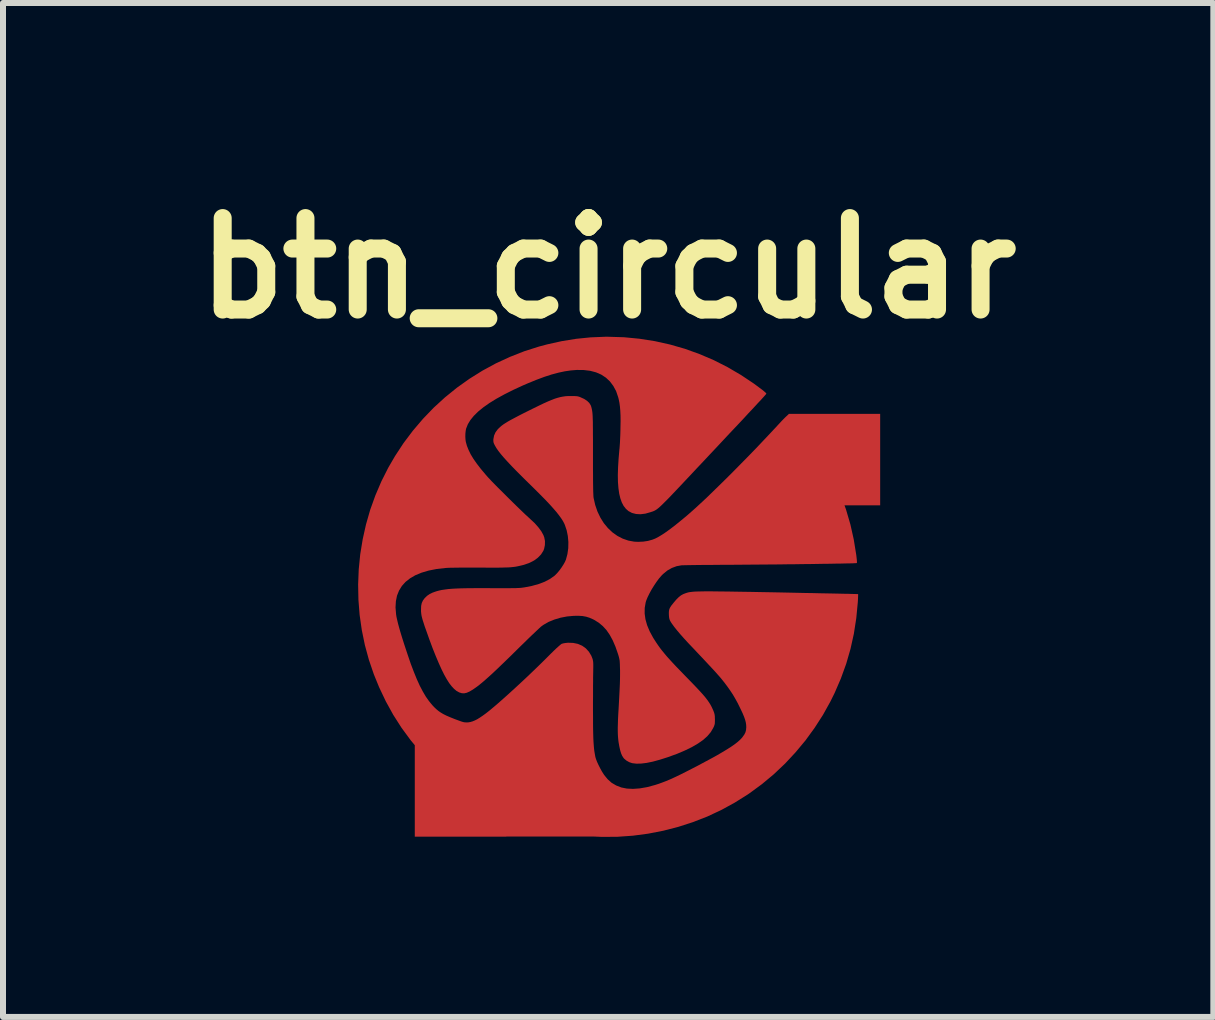
<source format=kicad_pcb>
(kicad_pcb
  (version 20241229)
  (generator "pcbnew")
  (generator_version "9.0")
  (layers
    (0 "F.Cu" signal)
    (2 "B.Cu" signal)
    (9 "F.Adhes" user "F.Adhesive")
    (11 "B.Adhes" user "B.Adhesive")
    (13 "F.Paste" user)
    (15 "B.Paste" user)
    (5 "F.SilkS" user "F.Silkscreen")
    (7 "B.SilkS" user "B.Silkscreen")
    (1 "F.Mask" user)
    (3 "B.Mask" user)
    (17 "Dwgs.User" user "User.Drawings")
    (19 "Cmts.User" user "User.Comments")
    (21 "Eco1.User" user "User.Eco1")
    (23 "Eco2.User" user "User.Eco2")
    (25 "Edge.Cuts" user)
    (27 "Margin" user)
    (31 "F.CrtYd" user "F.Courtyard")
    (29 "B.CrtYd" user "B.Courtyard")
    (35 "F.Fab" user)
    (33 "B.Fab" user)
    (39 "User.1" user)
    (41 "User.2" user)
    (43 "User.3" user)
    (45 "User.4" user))
  (footprint "btn_circular"
    (layer "F.Cu")
    (at 7.083 6.728)
    (property "Reference" "btn_circular" (at 0 -5.31 0) (layer "F.SilkS") (effects (font (size 1.524 1.524) (thickness 0.3))))
    (attr exclude_from_pos_files exclude_from_bom)
    (pad "1" smd custom (at 3.77 -2.12) (size 1.524 1.524) (layers "F.Cu" "F.Mask") (options (anchor rect)) (primitives (gr_poly (pts (xy -4.345 -1.054) (xy -4.31 -1.053) (xy -4.283 -1.05) (xy -4.262 -1.045) (xy -4.24 -1.038) (xy -4.237 -1.036) (xy -4.173 -1.007) (xy -4.124 -0.975) (xy -4.088 -0.94) (xy -4.064 -0.901) (xy -4.056 -0.877) (xy -4.051 -0.858) (xy -4.047 -0.839) (xy -4.043 -0.82) (xy -4.04 -0.8) (xy -4.037 -0.776) (xy -4.035 -0.748) (xy -4.033 -0.715) (xy -4.032 -0.676) (xy -4.03 -0.628) (xy -4.03 -0.572) (xy -4.029 -0.505) (xy -4.029 -0.428) (xy -4.028 -0.337) (xy -4.028 -0.233) (xy -4.028 -0.114) (xy -4.028 -0.088) (xy -4.028 0.043) (xy -4.028 0.159) (xy -4.027 0.261) (xy -4.027 0.348) (xy -4.026 0.422) (xy -4.025 0.484) (xy -4.024 0.535) (xy -4.022 0.576) (xy -4.021 0.606) (xy -4.019 0.628) (xy -4.018 0.637) (xy -3.991 0.756) (xy -3.953 0.867) (xy -3.904 0.969) (xy -3.846 1.062) (xy -3.778 1.144) (xy -3.702 1.216) (xy -3.619 1.275) (xy -3.53 1.321) (xy -3.435 1.354) (xy -3.336 1.372) (xy -3.27 1.375) (xy -3.183 1.371) (xy -3.105 1.359) (xy -3.03 1.338) (xy -2.982 1.319) (xy -2.932 1.293) (xy -2.872 1.257) (xy -2.803 1.211) (xy -2.726 1.155) (xy -2.643 1.091) (xy -2.554 1.019) (xy -2.46 0.941) (xy -2.364 0.857) (xy -2.319 0.817) (xy -2.23 0.735) (xy -2.131 0.643) (xy -2.025 0.54) (xy -1.912 0.43) (xy -1.794 0.314) (xy -1.672 0.192) (xy -1.548 0.066) (xy -1.423 -0.061) (xy -1.299 -0.189) (xy -1.178 -0.317) (xy -1.06 -0.442) (xy -0.946 -0.564) (xy -0.943 -0.568) (xy -0.908 -0.605) (xy -0.873 -0.643) (xy -0.841 -0.676) (xy -0.815 -0.702) (xy -0.804 -0.712) (xy -0.759 -0.754) (xy -0.707 -0.697) (xy -0.54 -0.505) (xy -0.385 -0.302) (xy -0.243 -0.09) (xy -0.114 0.131) (xy 0.001 0.359) (xy 0.102 0.595) (xy 0.189 0.835) (xy 0.261 1.081) (xy 0.317 1.331) (xy 0.358 1.584) (xy 0.359 1.592) (xy 0.364 1.635) (xy 0.368 1.672) (xy 0.37 1.7) (xy 0.37 1.716) (xy 0.369 1.719) (xy 0.36 1.72) (xy 0.336 1.721) (xy 0.297 1.723) (xy 0.245 1.724) (xy 0.18 1.725) (xy 0.105 1.727) (xy 0.019 1.728) (xy -0.076 1.73) (xy -0.18 1.731) (xy -0.29 1.733) (xy -0.407 1.735) (xy -0.529 1.736) (xy -0.655 1.738) (xy -0.784 1.739) (xy -0.915 1.741) (xy -1.047 1.742) (xy -1.179 1.743) (xy -1.31 1.744) (xy -1.44 1.745) (xy -1.566 1.746) (xy -1.688 1.747) (xy -1.799 1.748) (xy -1.906 1.748) (xy -2.009 1.749) (xy -2.107 1.75) (xy -2.199 1.75) (xy -2.283 1.751) (xy -2.358 1.752) (xy -2.422 1.753) (xy -2.475 1.754) (xy -2.515 1.755) (xy -2.541 1.755) (xy -2.549 1.756) (xy -2.631 1.771) (xy -2.712 1.801) (xy -2.789 1.845) (xy -2.859 1.903) (xy -2.883 1.927) (xy -2.925 1.975) (xy -2.968 2.033) (xy -3.01 2.096) (xy -3.051 2.162) (xy -3.087 2.228) (xy -3.117 2.289) (xy -3.14 2.345) (xy -3.15 2.378) (xy -3.166 2.47) (xy -3.167 2.564) (xy -3.154 2.66) (xy -3.126 2.76) (xy -3.083 2.863) (xy -3.025 2.97) (xy -2.97 3.056) (xy -2.939 3.101) (xy -2.908 3.144) (xy -2.874 3.188) (xy -2.837 3.233) (xy -2.796 3.282) (xy -2.749 3.334) (xy -2.696 3.392) (xy -2.635 3.457) (xy -2.564 3.53) (xy -2.484 3.613) (xy -2.442 3.656) (xy -2.365 3.735) (xy -2.3 3.803) (xy -2.244 3.863) (xy -2.196 3.916) (xy -2.156 3.963) (xy -2.123 4.006) (xy -2.095 4.046) (xy -2.071 4.084) (xy -2.051 4.121) (xy -2.033 4.16) (xy -2.02 4.189) (xy -2.009 4.219) (xy -2.002 4.246) (xy -1.998 4.274) (xy -1.997 4.311) (xy -1.996 4.328) (xy -1.997 4.367) (xy -1.998 4.395) (xy -2.003 4.418) (xy -2.011 4.441) (xy -2.025 4.47) (xy -2.026 4.472) (xy -2.066 4.539) (xy -2.12 4.603) (xy -2.19 4.666) (xy -2.276 4.726) (xy -2.377 4.785) (xy -2.494 4.842) (xy -2.626 4.898) (xy -2.775 4.952) (xy -2.787 4.956) (xy -2.913 4.996) (xy -3.027 5.027) (xy -3.129 5.048) (xy -3.219 5.059) (xy -3.298 5.061) (xy -3.366 5.053) (xy -3.367 5.053) (xy -3.415 5.037) (xy -3.462 5.011) (xy -3.501 4.978) (xy -3.513 4.963) (xy -3.533 4.931) (xy -3.55 4.892) (xy -3.565 4.842) (xy -3.579 4.779) (xy -3.59 4.717) (xy -3.595 4.681) (xy -3.599 4.644) (xy -3.602 4.605) (xy -3.604 4.563) (xy -3.605 4.516) (xy -3.605 4.462) (xy -3.603 4.4) (xy -3.601 4.328) (xy -3.597 4.244) (xy -3.591 4.148) (xy -3.585 4.038) (xy -3.579 3.924) (xy -3.574 3.825) (xy -3.57 3.738) (xy -3.568 3.661) (xy -3.567 3.592) (xy -3.567 3.53) (xy -3.567 3.509) (xy -3.569 3.451) (xy -3.57 3.407) (xy -3.572 3.372) (xy -3.574 3.345) (xy -3.579 3.32) (xy -3.584 3.296) (xy -3.592 3.268) (xy -3.601 3.238) (xy -3.643 3.117) (xy -3.689 3.01) (xy -3.739 2.918) (xy -3.794 2.838) (xy -3.855 2.771) (xy -3.923 2.714) (xy -3.999 2.667) (xy -4.02 2.656) (xy -4.079 2.63) (xy -4.137 2.612) (xy -4.198 2.601) (xy -4.265 2.597) (xy -4.343 2.598) (xy -4.455 2.608) (xy -4.564 2.629) (xy -4.668 2.66) (xy -4.764 2.699) (xy -4.848 2.747) (xy -4.882 2.771) (xy -4.897 2.783) (xy -4.923 2.807) (xy -4.957 2.839) (xy -5 2.88) (xy -5.05 2.927) (xy -5.105 2.98) (xy -5.164 3.038) (xy -5.227 3.099) (xy -5.284 3.155) (xy -5.388 3.258) (xy -5.482 3.349) (xy -5.566 3.43) (xy -5.641 3.502) (xy -5.708 3.565) (xy -5.769 3.62) (xy -5.823 3.668) (xy -5.872 3.71) (xy -5.916 3.746) (xy -5.956 3.777) (xy -5.994 3.804) (xy -6.029 3.828) (xy -6.083 3.86) (xy -6.129 3.88) (xy -6.17 3.889) (xy -6.208 3.887) (xy -6.247 3.875) (xy -6.257 3.87) (xy -6.296 3.848) (xy -6.335 3.815) (xy -6.374 3.773) (xy -6.415 3.72) (xy -6.456 3.655) (xy -6.499 3.578) (xy -6.543 3.489) (xy -6.589 3.387) (xy -6.638 3.271) (xy -6.69 3.141) (xy -6.744 2.996) (xy -6.796 2.849) (xy -6.822 2.777) (xy -6.841 2.717) (xy -6.857 2.668) (xy -6.868 2.627) (xy -6.876 2.592) (xy -6.88 2.56) (xy -6.883 2.529) (xy -6.883 2.496) (xy -6.881 2.438) (xy -6.871 2.391) (xy -6.852 2.35) (xy -6.824 2.312) (xy -6.82 2.308) (xy -6.784 2.273) (xy -6.743 2.245) (xy -6.694 2.221) (xy -6.656 2.207) (xy -6.619 2.195) (xy -6.58 2.185) (xy -6.537 2.176) (xy -6.489 2.169) (xy -6.436 2.162) (xy -6.375 2.157) (xy -6.306 2.153) (xy -6.228 2.15) (xy -6.138 2.148) (xy -6.037 2.147) (xy -5.922 2.146) (xy -5.792 2.146) (xy -5.724 2.147) (xy -5.623 2.147) (xy -5.536 2.147) (xy -5.463 2.147) (xy -5.402 2.147) (xy -5.351 2.146) (xy -5.309 2.146) (xy -5.274 2.144) (xy -5.244 2.143) (xy -5.22 2.141) (xy -5.197 2.138) (xy -5.176 2.135) (xy -5.167 2.134) (xy -5.039 2.109) (xy -4.925 2.077) (xy -4.825 2.039) (xy -4.739 1.994) (xy -4.665 1.942) (xy -4.648 1.927) (xy -4.615 1.893) (xy -4.579 1.85) (xy -4.544 1.802) (xy -4.512 1.753) (xy -4.486 1.707) (xy -4.469 1.668) (xy -4.444 1.575) (xy -4.43 1.476) (xy -4.428 1.373) (xy -4.437 1.272) (xy -4.457 1.175) (xy -4.487 1.086) (xy -4.499 1.059) (xy -4.521 1.018) (xy -4.55 0.973) (xy -4.586 0.924) (xy -4.629 0.869) (xy -4.681 0.809) (xy -4.741 0.742) (xy -4.812 0.667) (xy -4.893 0.585) (xy -4.985 0.493) (xy -5.088 0.391) (xy -5.09 0.39) (xy -5.196 0.285) (xy -5.29 0.191) (xy -5.373 0.106) (xy -5.444 0.03) (xy -5.505 -0.037) (xy -5.556 -0.097) (xy -5.597 -0.15) (xy -5.629 -0.196) (xy -5.651 -0.234) (xy -5.667 -0.265) (xy -5.675 -0.287) (xy -5.678 -0.308) (xy -5.678 -0.333) (xy -5.677 -0.343) (xy -5.666 -0.4) (xy -5.643 -0.452) (xy -5.606 -0.502) (xy -5.589 -0.519) (xy -5.567 -0.54) (xy -5.542 -0.561) (xy -5.514 -0.582) (xy -5.48 -0.604) (xy -5.44 -0.629) (xy -5.392 -0.656) (xy -5.334 -0.687) (xy -5.266 -0.723) (xy -5.186 -0.764) (xy -5.114 -0.8) (xy -5.011 -0.851) (xy -4.921 -0.895) (xy -4.842 -0.933) (xy -4.773 -0.964) (xy -4.713 -0.989) (xy -4.659 -1.01) (xy -4.611 -1.025) (xy -4.566 -1.037) (xy -4.524 -1.045) (xy -4.483 -1.051) (xy -4.441 -1.054) (xy -4.397 -1.054) (xy -4.393 -1.054) (xy -4.345 -1.054)) (width 0.01) (fill yes))))
    (pad "2" smd custom (at -2.46 3.4) (size 1.524 1.524) (layers "F.Cu" "F.Mask") (options (anchor rect)) (primitives (gr_poly (pts (xy 2.723 -7.554) (xy 2.982 -7.529) (xy 3.237 -7.489) (xy 3.489 -7.433) (xy 3.736 -7.362) (xy 3.978 -7.275) (xy 4.215 -7.174) (xy 4.446 -7.057) (xy 4.67 -6.926) (xy 4.887 -6.781) (xy 5.023 -6.68) (xy 5.05 -6.658) (xy 5.073 -6.638) (xy 5.087 -6.625) (xy 5.09 -6.62) (xy 5.089 -6.618) (xy 5.085 -6.612) (xy 5.077 -6.603) (xy 5.066 -6.59) (xy 5.051 -6.573) (xy 5.031 -6.551) (xy 5.006 -6.523) (xy 4.975 -6.49) (xy 4.938 -6.451) (xy 4.895 -6.404) (xy 4.846 -6.351) (xy 4.788 -6.29) (xy 4.724 -6.22) (xy 4.651 -6.142) (xy 4.569 -6.055) (xy 4.478 -5.959) (xy 4.378 -5.852) (xy 4.268 -5.734) (xy 4.147 -5.606) (xy 4.034 -5.485) (xy 3.927 -5.372) (xy 3.832 -5.27) (xy 3.746 -5.179) (xy 3.67 -5.098) (xy 3.602 -5.026) (xy 3.542 -4.963) (xy 3.49 -4.908) (xy 3.444 -4.861) (xy 3.404 -4.821) (xy 3.37 -4.787) (xy 3.34 -4.758) (xy 3.315 -4.735) (xy 3.293 -4.716) (xy 3.274 -4.701) (xy 3.257 -4.689) (xy 3.242 -4.68) (xy 3.227 -4.672) (xy 3.213 -4.666) (xy 3.198 -4.66) (xy 3.182 -4.655) (xy 3.164 -4.649) (xy 3.164 -4.649) (xy 3.079 -4.625) (xy 2.999 -4.615) (xy 2.925 -4.619) (xy 2.859 -4.636) (xy 2.801 -4.667) (xy 2.759 -4.704) (xy 2.722 -4.751) (xy 2.692 -4.808) (xy 2.668 -4.875) (xy 2.649 -4.954) (xy 2.636 -5.045) (xy 2.628 -5.148) (xy 2.626 -5.265) (xy 2.63 -5.395) (xy 2.639 -5.539) (xy 2.653 -5.699) (xy 2.654 -5.702) (xy 2.657 -5.744) (xy 2.661 -5.797) (xy 2.664 -5.86) (xy 2.667 -5.928) (xy 2.669 -5.998) (xy 2.67 -6.055) (xy 2.672 -6.161) (xy 2.671 -6.254) (xy 2.667 -6.335) (xy 2.661 -6.406) (xy 2.652 -6.47) (xy 2.64 -6.529) (xy 2.631 -6.563) (xy 2.597 -6.663) (xy 2.55 -6.75) (xy 2.493 -6.826) (xy 2.426 -6.889) (xy 2.347 -6.941) (xy 2.259 -6.979) (xy 2.16 -7.005) (xy 2.051 -7.018) (xy 1.936 -7.019) (xy 1.837 -7.011) (xy 1.735 -6.996) (xy 1.628 -6.973) (xy 1.516 -6.943) (xy 1.396 -6.904) (xy 1.267 -6.856) (xy 1.127 -6.799) (xy 1.043 -6.763) (xy 0.878 -6.687) (xy 0.729 -6.612) (xy 0.596 -6.539) (xy 0.479 -6.467) (xy 0.377 -6.395) (xy 0.29 -6.324) (xy 0.218 -6.253) (xy 0.161 -6.183) (xy 0.118 -6.113) (xy 0.09 -6.042) (xy 0.088 -6.038) (xy 0.081 -6) (xy 0.076 -5.952) (xy 0.075 -5.9) (xy 0.078 -5.852) (xy 0.083 -5.817) (xy 0.102 -5.748) (xy 0.13 -5.678) (xy 0.165 -5.606) (xy 0.211 -5.53) (xy 0.267 -5.45) (xy 0.334 -5.363) (xy 0.413 -5.269) (xy 0.453 -5.223) (xy 0.48 -5.195) (xy 0.516 -5.156) (xy 0.561 -5.11) (xy 0.613 -5.057) (xy 0.671 -5) (xy 0.732 -4.939) (xy 0.795 -4.876) (xy 0.859 -4.813) (xy 0.921 -4.752) (xy 0.981 -4.694) (xy 1.036 -4.641) (xy 1.085 -4.594) (xy 1.127 -4.556) (xy 1.159 -4.526) (xy 1.162 -4.523) (xy 1.234 -4.456) (xy 1.294 -4.388) (xy 1.342 -4.323) (xy 1.376 -4.261) (xy 1.39 -4.224) (xy 1.402 -4.163) (xy 1.401 -4.098) (xy 1.388 -4.036) (xy 1.375 -4.002) (xy 1.338 -3.944) (xy 1.287 -3.891) (xy 1.224 -3.844) (xy 1.15 -3.806) (xy 1.067 -3.776) (xy 1.047 -3.77) (xy 1.01 -3.761) (xy 0.976 -3.753) (xy 0.943 -3.746) (xy 0.911 -3.74) (xy 0.876 -3.736) (xy 0.839 -3.732) (xy 0.796 -3.729) (xy 0.747 -3.728) (xy 0.69 -3.726) (xy 0.623 -3.725) (xy 0.545 -3.725) (xy 0.454 -3.725) (xy 0.349 -3.726) (xy 0.321 -3.726) (xy 0.216 -3.726) (xy 0.118 -3.726) (xy 0.027 -3.726) (xy -0.054 -3.725) (xy -0.124 -3.724) (xy -0.183 -3.723) (xy -0.227 -3.721) (xy -0.256 -3.719) (xy -0.402 -3.702) (xy -0.533 -3.676) (xy -0.651 -3.641) (xy -0.755 -3.598) (xy -0.844 -3.546) (xy -0.92 -3.486) (xy -0.981 -3.418) (xy -1.029 -3.34) (xy -1.063 -3.255) (xy -1.082 -3.161) (xy -1.088 -3.058) (xy -1.079 -2.947) (xy -1.079 -2.944) (xy -1.072 -2.9) (xy -1.061 -2.85) (xy -1.047 -2.791) (xy -1.029 -2.724) (xy -1.007 -2.647) (xy -0.98 -2.558) (xy -0.948 -2.457) (xy -0.91 -2.342) (xy -0.887 -2.273) (xy -0.835 -2.12) (xy -0.783 -1.983) (xy -0.733 -1.86) (xy -0.683 -1.75) (xy -0.632 -1.653) (xy -0.582 -1.568) (xy -0.529 -1.493) (xy -0.476 -1.428) (xy -0.442 -1.392) (xy -0.405 -1.357) (xy -0.369 -1.327) (xy -0.331 -1.301) (xy -0.289 -1.276) (xy -0.239 -1.251) (xy -0.179 -1.225) (xy -0.107 -1.196) (xy -0.105 -1.195) (xy -0.051 -1.175) (xy -0.01 -1.16) (xy 0.021 -1.149) (xy 0.046 -1.142) (xy 0.067 -1.138) (xy 0.087 -1.137) (xy 0.104 -1.136) (xy 0.136 -1.138) (xy 0.168 -1.144) (xy 0.202 -1.154) (xy 0.239 -1.169) (xy 0.279 -1.189) (xy 0.323 -1.216) (xy 0.372 -1.249) (xy 0.427 -1.289) (xy 0.488 -1.337) (xy 0.556 -1.394) (xy 0.632 -1.459) (xy 0.717 -1.534) (xy 0.812 -1.619) (xy 0.917 -1.715) (xy 0.993 -1.785) (xy 1.051 -1.839) (xy 1.117 -1.901) (xy 1.188 -1.969) (xy 1.261 -2.039) (xy 1.332 -2.108) (xy 1.398 -2.173) (xy 1.43 -2.205) (xy 1.496 -2.271) (xy 1.553 -2.327) (xy 1.601 -2.373) (xy 1.64 -2.408) (xy 1.668 -2.432) (xy 1.685 -2.445) (xy 1.688 -2.446) (xy 1.71 -2.453) (xy 1.743 -2.459) (xy 1.78 -2.463) (xy 1.792 -2.464) (xy 1.877 -2.461) (xy 1.954 -2.445) (xy 2.024 -2.415) (xy 2.084 -2.372) (xy 2.135 -2.316) (xy 2.175 -2.25) (xy 2.196 -2.196) (xy 2.2 -2.178) (xy 2.204 -2.158) (xy 2.206 -2.134) (xy 2.207 -2.103) (xy 2.207 -2.062) (xy 2.206 -2.009) (xy 2.206 -1.987) (xy 2.205 -1.947) (xy 2.204 -1.893) (xy 2.204 -1.828) (xy 2.203 -1.752) (xy 2.203 -1.669) (xy 2.203 -1.58) (xy 2.202 -1.487) (xy 2.202 -1.394) (xy 2.202 -1.343) (xy 2.203 -1.223) (xy 2.203 -1.117) (xy 2.204 -1.024) (xy 2.206 -0.944) (xy 2.208 -0.874) (xy 2.211 -0.812) (xy 2.215 -0.758) (xy 2.219 -0.71) (xy 2.224 -0.666) (xy 2.231 -0.625) (xy 2.238 -0.585) (xy 2.242 -0.564) (xy 2.253 -0.528) (xy 2.271 -0.481) (xy 2.295 -0.429) (xy 2.323 -0.374) (xy 2.352 -0.321) (xy 2.382 -0.274) (xy 2.389 -0.263) (xy 2.448 -0.191) (xy 2.515 -0.131) (xy 2.592 -0.086) (xy 2.677 -0.053) (xy 2.771 -0.034) (xy 2.874 -0.029) (xy 2.986 -0.037) (xy 3.108 -0.058) (xy 3.239 -0.093) (xy 3.292 -0.11) (xy 3.357 -0.133) (xy 3.425 -0.159) (xy 3.497 -0.189) (xy 3.575 -0.225) (xy 3.661 -0.266) (xy 3.759 -0.315) (xy 3.804 -0.338) (xy 3.944 -0.41) (xy 4.069 -0.477) (xy 4.181 -0.537) (xy 4.281 -0.592) (xy 4.368 -0.643) (xy 4.444 -0.689) (xy 4.51 -0.731) (xy 4.566 -0.77) (xy 4.613 -0.806) (xy 4.652 -0.84) (xy 4.683 -0.871) (xy 4.703 -0.895) (xy 4.733 -0.937) (xy 4.752 -0.975) (xy 4.762 -1.014) (xy 4.766 -1.06) (xy 4.766 -1.065) (xy 4.764 -1.104) (xy 4.758 -1.143) (xy 4.747 -1.186) (xy 4.73 -1.235) (xy 4.706 -1.293) (xy 4.674 -1.361) (xy 4.668 -1.373) (xy 4.625 -1.461) (xy 4.583 -1.538) (xy 4.542 -1.608) (xy 4.497 -1.676) (xy 4.448 -1.745) (xy 4.445 -1.749) (xy 4.424 -1.777) (xy 4.404 -1.804) (xy 4.384 -1.829) (xy 4.365 -1.853) (xy 4.344 -1.879) (xy 4.321 -1.906) (xy 4.295 -1.935) (xy 4.266 -1.968) (xy 4.232 -2.006) (xy 4.192 -2.049) (xy 4.146 -2.098) (xy 4.093 -2.155) (xy 4.033 -2.219) (xy 3.963 -2.293) (xy 3.884 -2.377) (xy 3.801 -2.464) (xy 3.732 -2.539) (xy 3.668 -2.611) (xy 3.612 -2.677) (xy 3.565 -2.736) (xy 3.528 -2.787) (xy 3.51 -2.814) (xy 3.494 -2.842) (xy 3.485 -2.866) (xy 3.48 -2.892) (xy 3.477 -2.927) (xy 3.476 -2.968) (xy 3.478 -3) (xy 3.484 -3.027) (xy 3.496 -3.053) (xy 3.515 -3.083) (xy 3.544 -3.119) (xy 3.553 -3.131) (xy 3.598 -3.184) (xy 3.638 -3.224) (xy 3.676 -3.254) (xy 3.712 -3.274) (xy 3.727 -3.28) (xy 3.743 -3.286) (xy 3.759 -3.292) (xy 3.775 -3.297) (xy 3.792 -3.302) (xy 3.811 -3.306) (xy 3.833 -3.309) (xy 3.858 -3.312) (xy 3.887 -3.315) (xy 3.922 -3.317) (xy 3.962 -3.318) (xy 4.008 -3.319) (xy 4.062 -3.32) (xy 4.124 -3.32) (xy 4.194 -3.32) (xy 4.275 -3.319) (xy 4.365 -3.318) (xy 4.467 -3.317) (xy 4.581 -3.315) (xy 4.707 -3.313) (xy 4.847 -3.311) (xy 5 -3.308) (xy 5.169 -3.305) (xy 5.324 -3.302) (xy 5.468 -3.299) (xy 5.608 -3.296) (xy 5.742 -3.293) (xy 5.87 -3.291) (xy 5.991 -3.288) (xy 6.104 -3.286) (xy 6.209 -3.284) (xy 6.303 -3.282) (xy 6.387 -3.28) (xy 6.459 -3.279) (xy 6.519 -3.277) (xy 6.566 -3.276) (xy 6.599 -3.275) (xy 6.617 -3.275) (xy 6.62 -3.274) (xy 6.62 -3.266) (xy 6.619 -3.243) (xy 6.618 -3.211) (xy 6.616 -3.17) (xy 6.614 -3.141) (xy 6.589 -2.879) (xy 6.549 -2.621) (xy 6.493 -2.368) (xy 6.421 -2.119) (xy 6.333 -1.876) (xy 6.23 -1.637) (xy 6.16 -1.495) (xy 6.035 -1.27) (xy 5.896 -1.054) (xy 5.744 -0.845) (xy 5.579 -0.647) (xy 5.403 -0.458) (xy 5.216 -0.281) (xy 5.019 -0.117) (xy 4.812 0.035) (xy 4.783 0.055) (xy 4.566 0.191) (xy 4.341 0.314) (xy 4.11 0.422) (xy 3.871 0.515) (xy 3.627 0.594) (xy 3.379 0.658) (xy 3.127 0.707) (xy 2.872 0.741) (xy 2.616 0.759) (xy 2.358 0.761) (xy 2.173 0.753) (xy 1.92 0.728) (xy 1.668 0.687) (xy 1.418 0.63) (xy 1.171 0.558) (xy 0.929 0.47) (xy 0.693 0.368) (xy 0.555 0.3) (xy 0.335 0.178) (xy 0.126 0.046) (xy -0.074 -0.098) (xy -0.265 -0.256) (xy -0.451 -0.427) (xy -0.482 -0.458) (xy -0.662 -0.649) (xy -0.827 -0.848) (xy -0.979 -1.055) (xy -1.117 -1.271) (xy -1.241 -1.496) (xy -1.352 -1.73) (xy -1.439 -1.943) (xy -1.522 -2.186) (xy -1.589 -2.432) (xy -1.64 -2.681) (xy -1.676 -2.932) (xy -1.696 -3.185) (xy -1.701 -3.438) (xy -1.691 -3.691) (xy -1.666 -3.942) (xy -1.625 -4.192) (xy -1.57 -4.439) (xy -1.5 -4.683) (xy -1.414 -4.922) (xy -1.314 -5.156) (xy -1.199 -5.384) (xy -1.088 -5.575) (xy -0.945 -5.793) (xy -0.789 -6) (xy -0.622 -6.196) (xy -0.444 -6.381) (xy -0.255 -6.554) (xy -0.056 -6.715) (xy 0.152 -6.863) (xy 0.368 -6.998) (xy 0.593 -7.12) (xy 0.825 -7.227) (xy 1.064 -7.321) (xy 1.309 -7.399) (xy 1.444 -7.435) (xy 1.687 -7.489) (xy 1.928 -7.528) (xy 2.167 -7.552) (xy 2.41 -7.562) (xy 2.463 -7.562) (xy 2.723 -7.554)) (width 0.01) (fill yes)) (gr_poly (pts (xy 0.72 0.76) (xy 2.47 0.76) (xy 0.65 0.1)) (width 0) (fill yes)))))
  (gr_rect
    (start -3 -3)
    (end 17.166 13.894)
    (stroke (width 0.1) (type default))
    (fill no)
    (layer "Edge.Cuts")))
</source>
